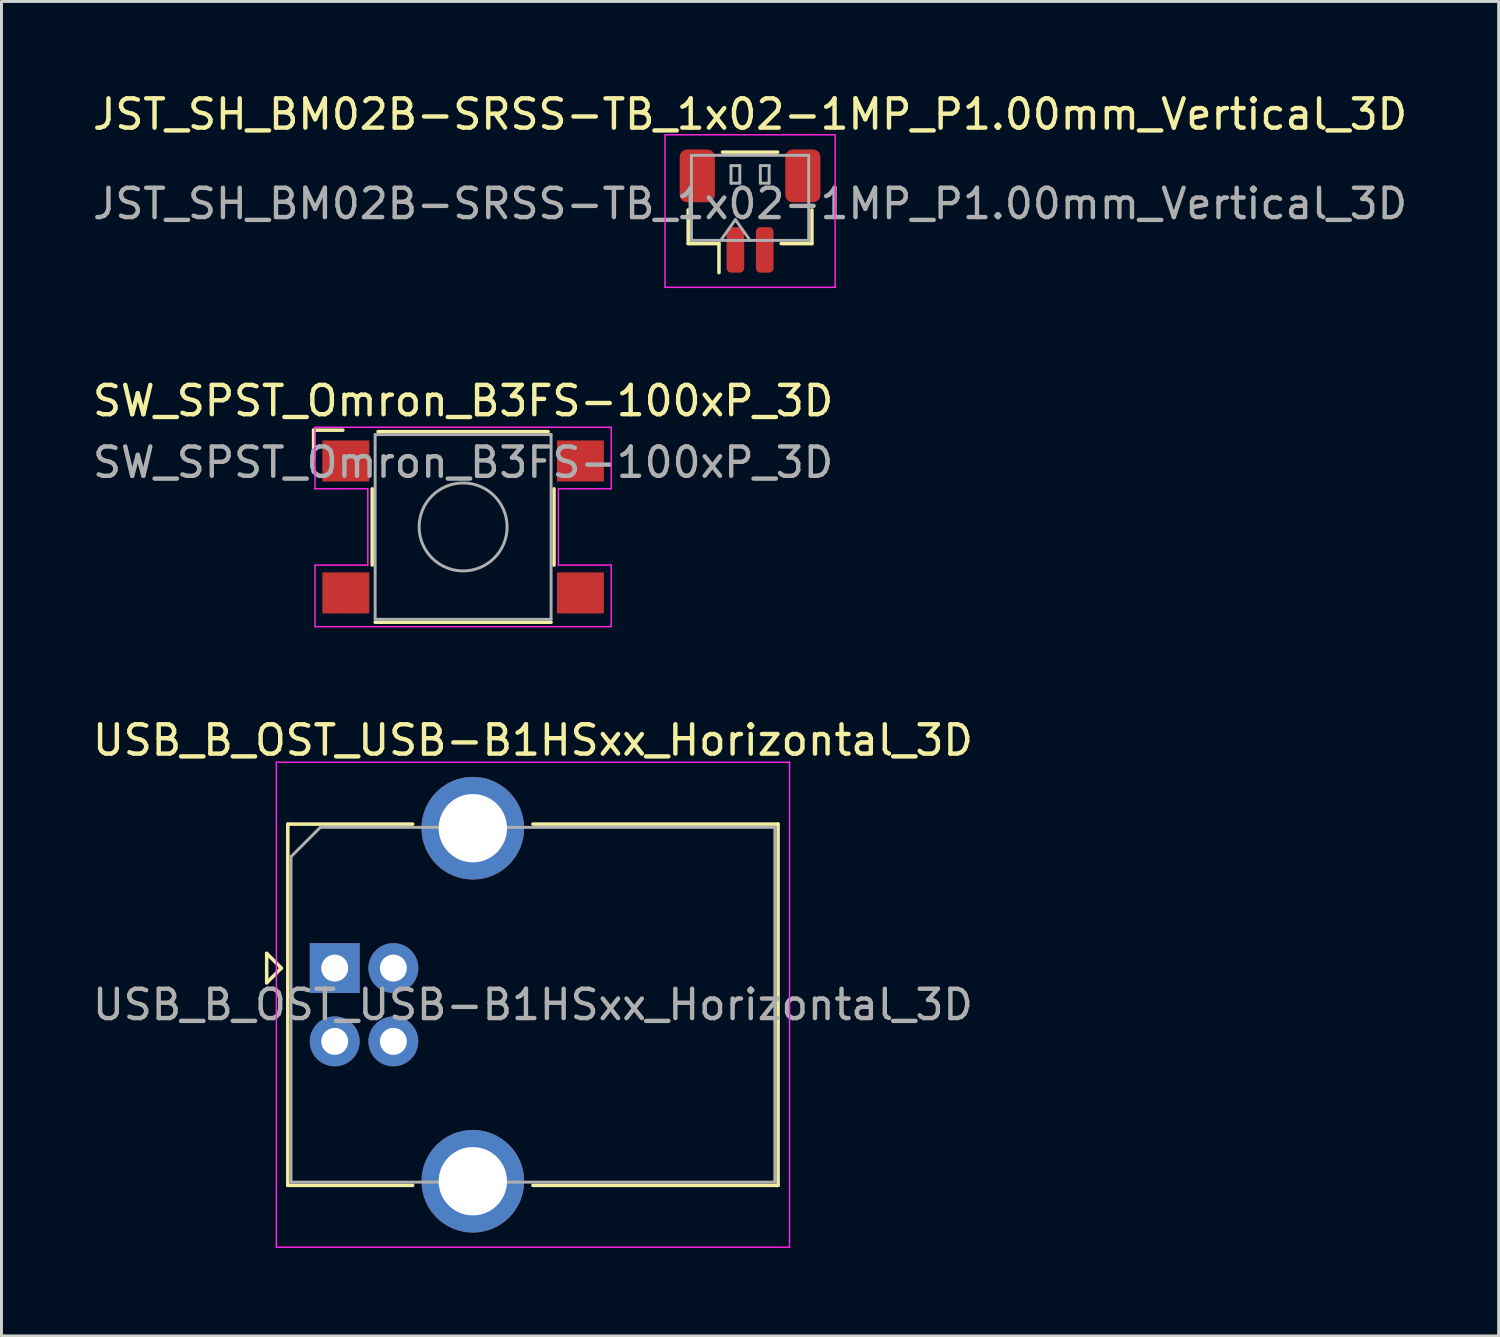
<source format=kicad_pcb>
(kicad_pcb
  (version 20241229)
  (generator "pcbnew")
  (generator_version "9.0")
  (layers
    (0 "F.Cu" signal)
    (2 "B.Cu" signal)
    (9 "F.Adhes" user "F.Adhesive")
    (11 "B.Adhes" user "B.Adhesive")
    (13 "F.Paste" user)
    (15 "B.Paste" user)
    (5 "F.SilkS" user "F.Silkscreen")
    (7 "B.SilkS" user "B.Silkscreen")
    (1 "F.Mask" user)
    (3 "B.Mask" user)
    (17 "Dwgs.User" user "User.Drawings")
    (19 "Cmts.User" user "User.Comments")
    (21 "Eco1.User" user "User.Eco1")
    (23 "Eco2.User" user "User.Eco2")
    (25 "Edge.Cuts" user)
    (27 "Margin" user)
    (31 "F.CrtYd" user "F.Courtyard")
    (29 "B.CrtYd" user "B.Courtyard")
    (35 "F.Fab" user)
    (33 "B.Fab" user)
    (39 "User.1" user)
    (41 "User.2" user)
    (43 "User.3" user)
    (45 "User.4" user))
  (footprint "USB_B_OST_USB-B1HSxx_Horizontal_3D"
    (layer "F.Cu")
    (at 8.365 29.965)
    (property "Reference" "USB_B_OST_USB-B1HSxx_Horizontal_3D" (at 6.76 -7.77 0) (layer "F.SilkS") (effects (font (size 1 1) (thickness 0.15))))
    (attr through_hole)
    (fp_line (start -2.32 -0.5) (end -2.32 0.5) (stroke (width 0.12) (type solid)) (layer "F.SilkS"))
    (fp_line (start -2.32 0.5) (end -1.82 0) (stroke (width 0.12) (type solid)) (layer "F.SilkS"))
    (fp_line (start -1.82 0) (end -2.32 -0.5) (stroke (width 0.12) (type solid)) (layer "F.SilkS"))
    (fp_line (start -1.6 -4.91) (end -1.6 7.41) (stroke (width 0.12) (type solid)) (layer "F.SilkS"))
    (fp_line (start -1.6 7.41) (end 2.66 7.41) (stroke (width 0.12) (type solid)) (layer "F.SilkS"))
    (fp_line (start 2.66 -4.91) (end -1.6 -4.91) (stroke (width 0.12) (type solid)) (layer "F.SilkS"))
    (fp_line (start 6.76 -4.91) (end 15.12 -4.91) (stroke (width 0.12) (type solid)) (layer "F.SilkS"))
    (fp_line (start 15.12 -4.91) (end 15.12 7.41) (stroke (width 0.12) (type solid)) (layer "F.SilkS"))
    (fp_line (start 15.12 7.41) (end 6.76 7.41) (stroke (width 0.12) (type solid)) (layer "F.SilkS"))
    (fp_line (start -1.99 -7.02) (end -1.99 9.52) (stroke (width 0.05) (type solid)) (layer "F.CrtYd"))
    (fp_line (start -1.99 9.52) (end 15.51 9.52) (stroke (width 0.05) (type solid)) (layer "F.CrtYd"))
    (fp_line (start 15.51 -7.02) (end -1.99 -7.02) (stroke (width 0.05) (type solid)) (layer "F.CrtYd"))
    (fp_line (start 15.51 9.52) (end 15.51 -7.02) (stroke (width 0.05) (type solid)) (layer "F.CrtYd"))
    (fp_line (start -1.49 -3.8) (end -0.49 -4.8) (stroke (width 0.1) (type solid)) (layer "F.Fab"))
    (fp_line (start -1.49 7.3) (end -1.49 -3.8) (stroke (width 0.1) (type solid)) (layer "F.Fab"))
    (fp_line (start -0.49 -4.8) (end 15.01 -4.8) (stroke (width 0.1) (type solid)) (layer "F.Fab"))
    (fp_line (start 15.01 -4.8) (end 15.01 7.3) (stroke (width 0.1) (type solid)) (layer "F.Fab"))
    (fp_line (start 15.01 7.3) (end -1.49 7.3) (stroke (width 0.1) (type solid)) (layer "F.Fab"))
    (fp_text user "${REFERENCE}" (at 6.76 1.25 0) (layer "F.Fab") (effects (font (size 1 1) (thickness 0.15))))
    (pad "1" thru_hole rect (at 0 0) (size 1.7 1.7) (drill 0.92) (layers "*.Cu" "*.Mask"))
    (pad "2" thru_hole circle (at 0 2.5) (size 1.7 1.7) (drill 0.92) (layers "*.Cu" "*.Mask"))
    (pad "3" thru_hole circle (at 2 2.5) (size 1.7 1.7) (drill 0.92) (layers "*.Cu" "*.Mask"))
    (pad "4" thru_hole circle (at 2 0) (size 1.7 1.7) (drill 0.92) (layers "*.Cu" "*.Mask"))
    (pad "5" thru_hole circle (at 4.71 -4.77) (size 3.5 3.5) (drill 2.33) (layers "*.Cu" "*.Mask"))
    (pad "5" thru_hole circle (at 4.71 7.27) (size 3.5 3.5) (drill 2.33) (layers "*.Cu" "*.Mask")))
  (footprint "SW_SPST_Omron_B3FS-100xP_3D"
    (layer "F.Cu")
    (at 12.744 14.921)
    (property "Reference" "SW_SPST_Omron_B3FS-100xP_3D" (at 0 -4.3 0) (layer "F.SilkS") (effects (font (size 1 1) (thickness 0.15))))
    (attr smd)
    (fp_line (start -5.1 -3.3) (end -4.1 -3.3) (stroke (width 0.12) (type solid)) (layer "F.SilkS"))
    (fp_line (start -5.1 -2.3) (end -5.1 -3.3) (stroke (width 0.12) (type solid)) (layer "F.SilkS"))
    (fp_line (start -3.1 -1.3) (end -3.1 1.3) (stroke (width 0.12) (type solid)) (layer "F.SilkS"))
    (fp_line (start 2.9 -3.25) (end -2.9 -3.25) (stroke (width 0.12) (type solid)) (layer "F.SilkS"))
    (fp_line (start 3 3.25) (end -3 3.25) (stroke (width 0.12) (type solid)) (layer "F.SilkS"))
    (fp_line (start 3.1 -1.3) (end 3.1 1.3) (stroke (width 0.12) (type solid)) (layer "F.SilkS"))
    (fp_line (start -5.05 -3.4) (end 5.05 -3.4) (stroke (width 0.05) (type solid)) (layer "F.CrtYd"))
    (fp_line (start -5.05 -1.3) (end -5.05 -3.4) (stroke (width 0.05) (type solid)) (layer "F.CrtYd"))
    (fp_line (start -5.05 1.3) (end -3.25 1.3) (stroke (width 0.05) (type solid)) (layer "F.CrtYd"))
    (fp_line (start -5.05 3.4) (end -5.05 1.3) (stroke (width 0.05) (type solid)) (layer "F.CrtYd"))
    (fp_line (start -3.25 -1.3) (end -5.05 -1.3) (stroke (width 0.05) (type solid)) (layer "F.CrtYd"))
    (fp_line (start -3.25 1.3) (end -3.25 -1.3) (stroke (width 0.05) (type solid)) (layer "F.CrtYd"))
    (fp_line (start 3.25 -1.3) (end 3.25 1.3) (stroke (width 0.05) (type solid)) (layer "F.CrtYd"))
    (fp_line (start 3.25 1.3) (end 5.05 1.3) (stroke (width 0.05) (type solid)) (layer "F.CrtYd"))
    (fp_line (start 5.05 -3.4) (end 5.05 -1.3) (stroke (width 0.05) (type solid)) (layer "F.CrtYd"))
    (fp_line (start 5.05 -1.3) (end 3.25 -1.3) (stroke (width 0.05) (type solid)) (layer "F.CrtYd"))
    (fp_line (start 5.05 1.3) (end 5.05 3.4) (stroke (width 0.05) (type solid)) (layer "F.CrtYd"))
    (fp_line (start 5.05 3.4) (end -5.05 3.4) (stroke (width 0.05) (type solid)) (layer "F.CrtYd"))
    (fp_line (start -3 -3.15) (end 3 -3.15) (stroke (width 0.1) (type solid)) (layer "F.Fab"))
    (fp_line (start -3 3.15) (end -3 -3.15) (stroke (width 0.1) (type solid)) (layer "F.Fab"))
    (fp_line (start 3 -3.15) (end 3 3.15) (stroke (width 0.1) (type solid)) (layer "F.Fab"))
    (fp_line (start 3 3.15) (end -3 3.15) (stroke (width 0.1) (type solid)) (layer "F.Fab"))
    (fp_circle (center 0 0) (end 1.5 0) (stroke (width 0.1) (type solid)) (fill no) (layer "F.Fab"))
    (fp_text user "${REFERENCE}" (at 0 -2.2 0) (layer "F.Fab") (effects (font (size 1 1) (thickness 0.15))))
    (pad "1" smd rect (at -4 -2.25 180) (size 1.6 1.4) (layers "F.Cu" "F.Mask" "F.Paste"))
    (pad "2" smd rect (at 4 -2.25 180) (size 1.6 1.4) (layers "F.Cu" "F.Mask" "F.Paste"))
    (pad "3" smd rect (at -4 2.25 180) (size 1.6 1.4) (layers "F.Cu" "F.Mask" "F.Paste"))
    (pad "4" smd rect (at 4 2.25 180) (size 1.6 1.4) (layers "F.Cu" "F.Mask" "F.Paste")))
  (footprint "JST_SH_BM02B-SRSS-TB_1x02-1MP_P1.00mm_Vertical_3D"
    (layer "F.Cu")
    (at 22.53 4.148)
    (property "Reference" "JST_SH_BM02B-SRSS-TB_1x02-1MP_P1.00mm_Vertical_3D" (at 0 -3.3 0) (layer "F.SilkS") (effects (font (size 1 1) (thickness 0.15))))
    (attr smd)
    (fp_line (start -2.11 -0.04) (end -2.11 1.11) (stroke (width 0.12) (type solid)) (layer "F.SilkS"))
    (fp_line (start -2.11 1.11) (end -1.06 1.11) (stroke (width 0.12) (type solid)) (layer "F.SilkS"))
    (fp_line (start -1.06 1.11) (end -1.06 2.1) (stroke (width 0.12) (type solid)) (layer "F.SilkS"))
    (fp_line (start -0.94 -2.01) (end 0.94 -2.01) (stroke (width 0.12) (type solid)) (layer "F.SilkS"))
    (fp_line (start 2.11 -0.04) (end 2.11 1.11) (stroke (width 0.12) (type solid)) (layer "F.SilkS"))
    (fp_line (start 2.11 1.11) (end 1.06 1.11) (stroke (width 0.12) (type solid)) (layer "F.SilkS"))
    (fp_line (start -2.9 -2.6) (end -2.9 2.6) (stroke (width 0.05) (type solid)) (layer "F.CrtYd"))
    (fp_line (start -2.9 2.6) (end 2.9 2.6) (stroke (width 0.05) (type solid)) (layer "F.CrtYd"))
    (fp_line (start 2.9 -2.6) (end -2.9 -2.6) (stroke (width 0.05) (type solid)) (layer "F.CrtYd"))
    (fp_line (start 2.9 2.6) (end 2.9 -2.6) (stroke (width 0.05) (type solid)) (layer "F.CrtYd"))
    (fp_line (start -2 -1.9) (end 2 -1.9) (stroke (width 0.1) (type solid)) (layer "F.Fab"))
    (fp_line (start -2 1) (end -2 -1.9) (stroke (width 0.1) (type solid)) (layer "F.Fab"))
    (fp_line (start -2 1) (end 2 1) (stroke (width 0.1) (type solid)) (layer "F.Fab"))
    (fp_line (start -1 1) (end -0.5 0.293) (stroke (width 0.1) (type solid)) (layer "F.Fab"))
    (fp_line (start -0.65 -1.55) (end -0.65 -0.95) (stroke (width 0.1) (type solid)) (layer "F.Fab"))
    (fp_line (start -0.65 -0.95) (end -0.35 -0.95) (stroke (width 0.1) (type solid)) (layer "F.Fab"))
    (fp_line (start -0.5 0.293) (end 0 1) (stroke (width 0.1) (type solid)) (layer "F.Fab"))
    (fp_line (start -0.35 -1.55) (end -0.65 -1.55) (stroke (width 0.1) (type solid)) (layer "F.Fab"))
    (fp_line (start -0.35 -0.95) (end -0.35 -1.55) (stroke (width 0.1) (type solid)) (layer "F.Fab"))
    (fp_line (start 0.35 -1.55) (end 0.35 -0.95) (stroke (width 0.1) (type solid)) (layer "F.Fab"))
    (fp_line (start 0.35 -0.95) (end 0.65 -0.95) (stroke (width 0.1) (type solid)) (layer "F.Fab"))
    (fp_line (start 0.65 -1.55) (end 0.35 -1.55) (stroke (width 0.1) (type solid)) (layer "F.Fab"))
    (fp_line (start 0.65 -0.95) (end 0.65 -1.55) (stroke (width 0.1) (type solid)) (layer "F.Fab"))
    (fp_line (start 2 1) (end 2 -1.9) (stroke (width 0.1) (type solid)) (layer "F.Fab"))
    (fp_text user "${REFERENCE}" (at 0 -0.25 0) (layer "F.Fab") (effects (font (size 1 1) (thickness 0.15))))
    (pad "1" smd roundrect (at -0.5 1.325) (size 0.6 1.55) (layers "F.Cu" "F.Mask" "F.Paste") (roundrect_rratio 0.25))
    (pad "2" smd roundrect (at 0.5 1.325) (size 0.6 1.55) (layers "F.Cu" "F.Mask" "F.Paste") (roundrect_rratio 0.25))
    (pad "MP" smd roundrect (at -1.8 -1.2) (size 1.2 1.8) (layers "F.Cu" "F.Mask" "F.Paste") (roundrect_rratio 0.208))
    (pad "MP" smd roundrect (at 1.8 -1.2) (size 1.2 1.8) (layers "F.Cu" "F.Mask" "F.Paste") (roundrect_rratio 0.208)))
  (gr_rect
    (start -3 -3)
    (end 48.06 42.51)
    (stroke (width 0.1) (type default))
    (fill no)
    (layer "Edge.Cuts")))
</source>
